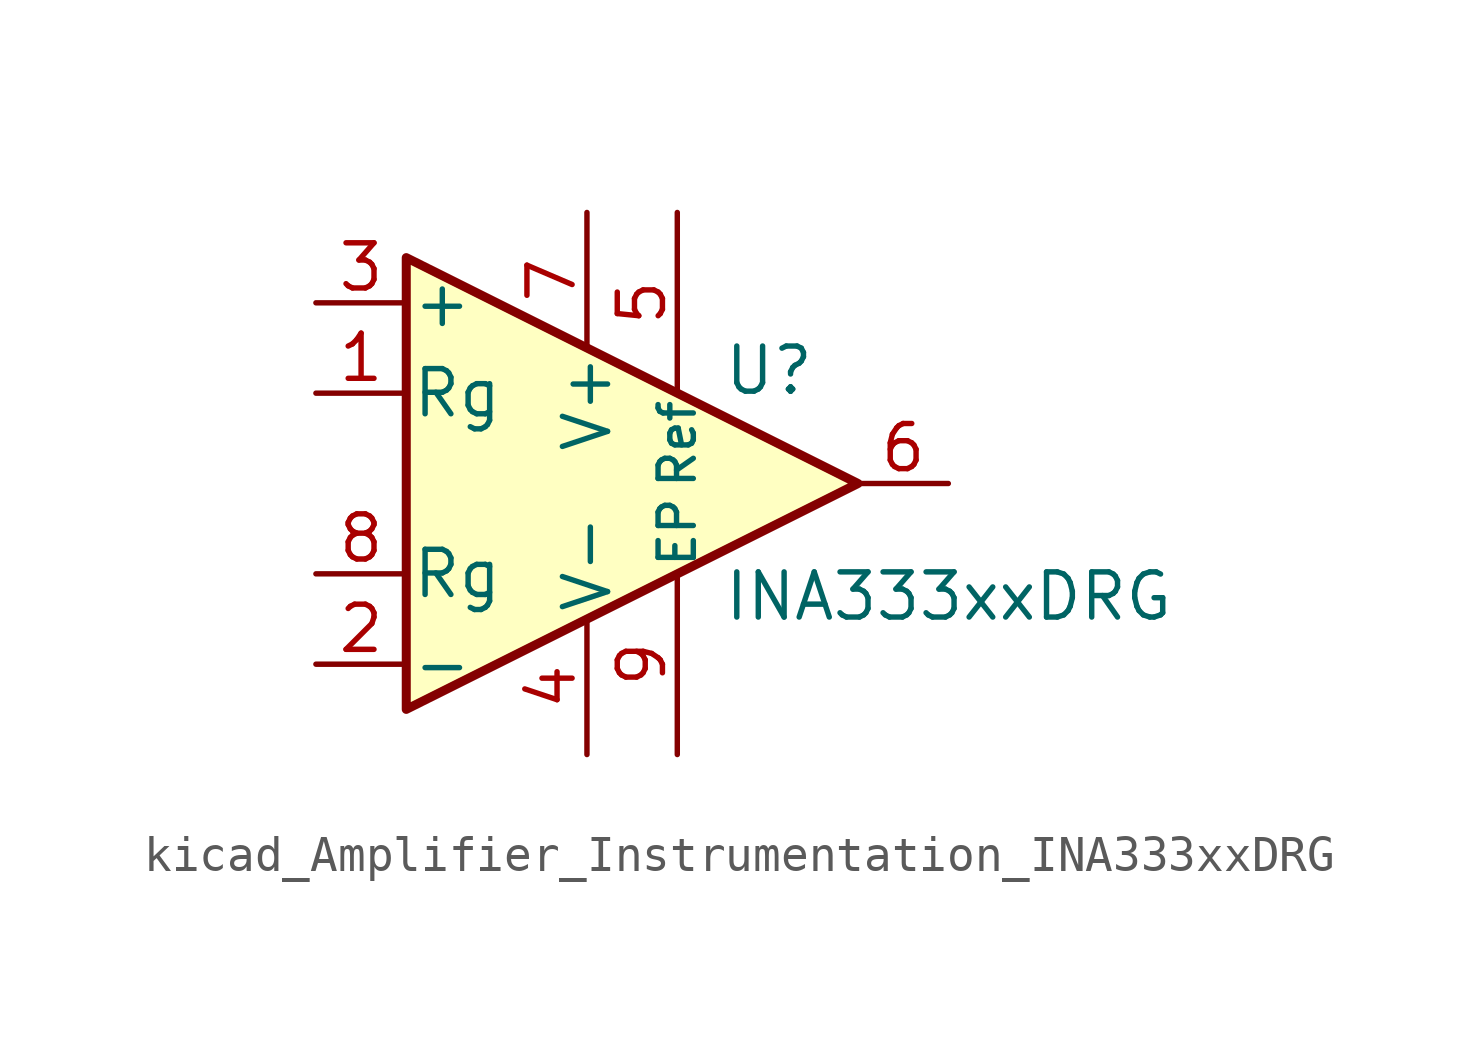
<source format=kicad_sym>
(kicad_symbol_lib
  (version 20220914)
  (generator kicad_symbol_editor)
  (symbol "kicad_Amplifier_Instrumentation_INA333xxDRG"
    (pin_names
      (offset 0.127))
    (property "Reference" "U"
      (at 3.81 3.175 0)
      (effects (font (size 1.27 1.27)) (justify left)))
    (property "Value" "INA333xxDRG"
      (at 3.81 -3.175 0)
      (effects (font (size 1.27 1.27)) (justify left)))
    (symbol "kicad_Amplifier_Instrumentation_INA333xxDRG_0_1"
      (polyline (pts (xy 7.62 0) (xy -5.08 6.35) (xy -5.08 -6.35) (xy 7.62 0)) (stroke (width 0.254) (type default)) (fill (type background))))
    (symbol "kicad_Amplifier_Instrumentation_INA333xxDRG_1_1"
      (pin passive line (at -7.62 2.54 0) (length 2.54) (name "Rg" (effects (font (size 1.27 1.27)))) (number "1" (effects (font (size 1.27 1.27)))))
      (pin input line (at -7.62 -5.08 0) (length 2.54) (name "-" (effects (font (size 1.27 1.27)))) (number "2" (effects (font (size 1.27 1.27)))))
      (pin input line (at -7.62 5.08 0) (length 2.54) (name "+" (effects (font (size 1.27 1.27)))) (number "3" (effects (font (size 1.27 1.27)))))
      (pin power_in line (at 0 -7.62 90) (length 3.81) (name "V-" (effects (font (size 1.27 1.27)))) (number "4" (effects (font (size 1.27 1.27)))))
      (pin input line (at 2.54 7.62 270) (length 5.08) (name "Ref" (effects (font (size 0.991 0.991)))) (number "5" (effects (font (size 1.27 1.27)))))
      (pin output line (at 10.16 0 180) (length 2.54) (name "~" (effects (font (size 1.27 1.27)))) (number "6" (effects (font (size 1.27 1.27)))))
      (pin power_in line (at 0 7.62 270) (length 3.81) (name "V+" (effects (font (size 1.27 1.27)))) (number "7" (effects (font (size 1.27 1.27)))))
      (pin passive line (at -7.62 -2.54 0) (length 2.54) (name "Rg" (effects (font (size 1.27 1.27)))) (number "8" (effects (font (size 1.27 1.27)))))
      (pin passive line (at 2.54 -7.62 90) (length 5.08) (name "EP" (effects (font (size 0.991 0.991)))) (number "9" (effects (font (size 1.27 1.27))))))))
</source>
